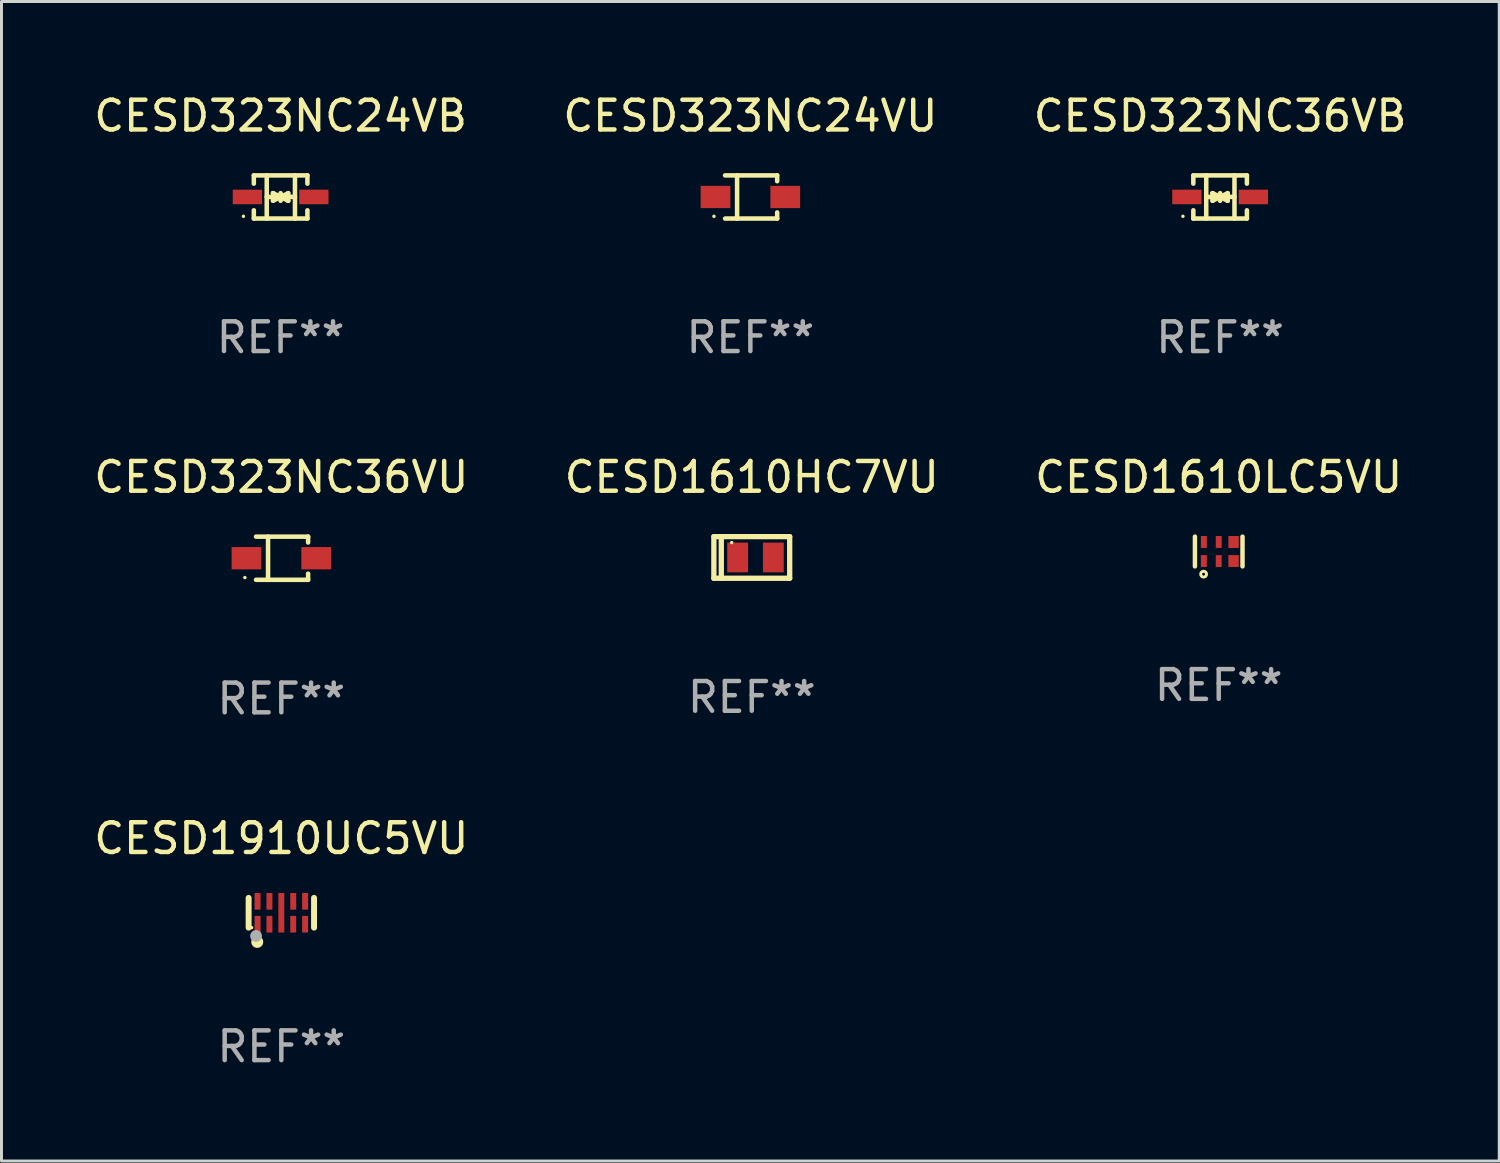
<source format=kicad_pcb>
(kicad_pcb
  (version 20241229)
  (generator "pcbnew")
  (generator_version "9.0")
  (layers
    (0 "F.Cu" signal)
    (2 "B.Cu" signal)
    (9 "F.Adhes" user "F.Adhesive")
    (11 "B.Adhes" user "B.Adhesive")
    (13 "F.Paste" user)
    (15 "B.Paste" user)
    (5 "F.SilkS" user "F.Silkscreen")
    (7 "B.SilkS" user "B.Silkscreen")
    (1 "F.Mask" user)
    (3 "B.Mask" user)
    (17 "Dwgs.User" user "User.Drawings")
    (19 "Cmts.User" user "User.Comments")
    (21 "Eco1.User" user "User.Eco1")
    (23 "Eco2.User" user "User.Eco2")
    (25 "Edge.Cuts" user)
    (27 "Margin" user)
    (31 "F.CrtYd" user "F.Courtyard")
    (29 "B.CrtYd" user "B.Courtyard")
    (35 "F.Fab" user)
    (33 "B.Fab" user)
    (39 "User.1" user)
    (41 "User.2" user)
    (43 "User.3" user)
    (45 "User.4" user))
  (footprint "CESD323NC24VB"
    (layer "F.Cu")
    (at 6.387 3.574)
    (property "Reference" "CESD323NC24VB" (at 0 -2.726 0) (layer "F.SilkS") (effects (font (size 1 1) (thickness 0.15))))
    (attr through_hole)
    (fp_line (start -0.901 -0.726) (end -0.901 -0.448) (stroke (width 0.152) (type solid)) (layer "F.SilkS"))
    (fp_line (start -0.901 0.726) (end -0.901 0.448) (stroke (width 0.152) (type solid)) (layer "F.SilkS"))
    (fp_line (start -0.467 0) (end 0.483 -0.003) (stroke (width 0.154) (type solid)) (layer "F.SilkS"))
    (fp_line (start -0.467 0.726) (end -0.467 -0.726) (stroke (width 0.152) (type solid)) (layer "F.SilkS"))
    (fp_line (start -0.254 -0.127) (end -0.254 -0.127) (stroke (width 0.154) (type solid)) (layer "F.SilkS"))
    (fp_line (start -0.254 -0.127) (end -0.002 -0.003) (stroke (width 0.154) (type solid)) (layer "F.SilkS"))
    (fp_line (start -0.254 0.127) (end -0.254 -0.127) (stroke (width 0.154) (type solid)) (layer "F.SilkS"))
    (fp_line (start -0.127 0) (end 0.003 0) (stroke (width 0.154) (type solid)) (layer "F.SilkS"))
    (fp_line (start -0.003 0) (end -0.254 0.127) (stroke (width 0.154) (type solid)) (layer "F.SilkS"))
    (fp_line (start 0 -0.127) (end 0 0.127) (stroke (width 0.154) (type solid)) (layer "F.SilkS"))
    (fp_line (start 0.003 0) (end 0.254 -0.127) (stroke (width 0.154) (type solid)) (layer "F.SilkS"))
    (fp_line (start 0.127 0) (end -0.003 0) (stroke (width 0.154) (type solid)) (layer "F.SilkS"))
    (fp_line (start 0.254 -0.127) (end 0.254 0.127) (stroke (width 0.154) (type solid)) (layer "F.SilkS"))
    (fp_line (start 0.254 0.127) (end 0.002 0.003) (stroke (width 0.154) (type solid)) (layer "F.SilkS"))
    (fp_line (start 0.254 0.127) (end 0.254 0.127) (stroke (width 0.154) (type solid)) (layer "F.SilkS"))
    (fp_line (start 0.483 0.726) (end 0.483 -0.726) (stroke (width 0.152) (type solid)) (layer "F.SilkS"))
    (fp_line (start 0.901 -0.726) (end -0.901 -0.726) (stroke (width 0.152) (type solid)) (layer "F.SilkS"))
    (fp_line (start 0.901 -0.726) (end 0.901 -0.448) (stroke (width 0.152) (type solid)) (layer "F.SilkS"))
    (fp_line (start 0.901 0.726) (end -0.901 0.726) (stroke (width 0.152) (type solid)) (layer "F.SilkS"))
    (fp_line (start 0.901 0.726) (end 0.901 0.448) (stroke (width 0.152) (type solid)) (layer "F.SilkS"))
    (fp_circle (center -1.25 0.65) (end -1.22 0.65) (stroke (width 0.06) (type solid)) (fill no) (layer "F.SilkS"))
    (fp_text user "REF**" (at 0 4.726 0) (layer "F.Fab") (effects (font (size 1 1) (thickness 0.15))))
    (pad "1" smd rect (at -1.118 0) (size 0.985 0.49) (layers "F.Cu" "F.Mask" "F.Paste"))
    (pad "2" smd rect (at 1.118 0) (size 0.985 0.49) (layers "F.Cu" "F.Mask" "F.Paste")))
  (footprint "CESD323NC36VB"
    (layer "F.Cu")
    (at 37.982 3.574)
    (property "Reference" "CESD323NC36VB" (at 0 -2.726 0) (layer "F.SilkS") (effects (font (size 1 1) (thickness 0.15))))
    (attr through_hole)
    (fp_line (start -0.901 -0.726) (end -0.901 -0.448) (stroke (width 0.152) (type solid)) (layer "F.SilkS"))
    (fp_line (start -0.901 0.726) (end -0.901 0.448) (stroke (width 0.152) (type solid)) (layer "F.SilkS"))
    (fp_line (start -0.467 0) (end 0.483 -0.003) (stroke (width 0.154) (type solid)) (layer "F.SilkS"))
    (fp_line (start -0.467 0.726) (end -0.467 -0.726) (stroke (width 0.152) (type solid)) (layer "F.SilkS"))
    (fp_line (start -0.254 -0.127) (end -0.254 -0.127) (stroke (width 0.154) (type solid)) (layer "F.SilkS"))
    (fp_line (start -0.254 -0.127) (end -0.002 -0.003) (stroke (width 0.154) (type solid)) (layer "F.SilkS"))
    (fp_line (start -0.254 0.127) (end -0.254 -0.127) (stroke (width 0.154) (type solid)) (layer "F.SilkS"))
    (fp_line (start -0.127 0) (end 0.003 0) (stroke (width 0.154) (type solid)) (layer "F.SilkS"))
    (fp_line (start -0.003 0) (end -0.254 0.127) (stroke (width 0.154) (type solid)) (layer "F.SilkS"))
    (fp_line (start 0 -0.127) (end 0 0.127) (stroke (width 0.154) (type solid)) (layer "F.SilkS"))
    (fp_line (start 0.003 0) (end 0.254 -0.127) (stroke (width 0.154) (type solid)) (layer "F.SilkS"))
    (fp_line (start 0.127 0) (end -0.003 0) (stroke (width 0.154) (type solid)) (layer "F.SilkS"))
    (fp_line (start 0.254 -0.127) (end 0.254 0.127) (stroke (width 0.154) (type solid)) (layer "F.SilkS"))
    (fp_line (start 0.254 0.127) (end 0.002 0.003) (stroke (width 0.154) (type solid)) (layer "F.SilkS"))
    (fp_line (start 0.254 0.127) (end 0.254 0.127) (stroke (width 0.154) (type solid)) (layer "F.SilkS"))
    (fp_line (start 0.483 0.726) (end 0.483 -0.726) (stroke (width 0.152) (type solid)) (layer "F.SilkS"))
    (fp_line (start 0.901 -0.726) (end -0.901 -0.726) (stroke (width 0.152) (type solid)) (layer "F.SilkS"))
    (fp_line (start 0.901 -0.726) (end 0.901 -0.448) (stroke (width 0.152) (type solid)) (layer "F.SilkS"))
    (fp_line (start 0.901 0.726) (end -0.901 0.726) (stroke (width 0.152) (type solid)) (layer "F.SilkS"))
    (fp_line (start 0.901 0.726) (end 0.901 0.448) (stroke (width 0.152) (type solid)) (layer "F.SilkS"))
    (fp_circle (center -1.25 0.65) (end -1.22 0.65) (stroke (width 0.06) (type solid)) (fill no) (layer "F.SilkS"))
    (fp_text user "REF**" (at 0 4.726 0) (layer "F.Fab") (effects (font (size 1 1) (thickness 0.15))))
    (pad "1" smd rect (at -1.118 0) (size 0.985 0.49) (layers "F.Cu" "F.Mask" "F.Paste"))
    (pad "2" smd rect (at 1.118 0) (size 0.985 0.49) (layers "F.Cu" "F.Mask" "F.Paste")))
  (footprint "CESD1610LC5VU"
    (layer "F.Cu")
    (at 37.935 15.497)
    (property "Reference" "CESD1610LC5VU" (at 0 -2.5 0) (layer "F.SilkS") (effects (font (size 1 1) (thickness 0.15))))
    (attr through_hole)
    (fp_line (start -0.8 -0.5) (end -0.8 0.5) (stroke (width 0.15) (type solid)) (layer "F.SilkS"))
    (fp_line (start 0.8 -0.5) (end 0.8 0.5) (stroke (width 0.15) (type solid)) (layer "F.SilkS"))
    (fp_circle (center -0.508 0.762) (end -0.46 0.762) (stroke (width 0.1) (type solid)) (fill no) (layer "F.SilkS"))
    (fp_text user "REF**" (at 0 4.5 0) (layer "F.Fab") (effects (font (size 1 1) (thickness 0.15))))
    (pad "1" smd rect (at -0.5 0.32) (size 0.2 0.4) (layers "F.Cu" "F.Mask" "F.Paste"))
    (pad "2" smd rect (at 0.000127 0.32) (size 0.2 0.4) (layers "F.Cu" "F.Mask" "F.Paste"))
    (pad "3" smd rect (at 0.5 0.32) (size 0.35 0.4) (layers "F.Cu" "F.Mask" "F.Paste"))
    (pad "4" smd rect (at 0.5 -0.32) (size 0.35 0.4) (layers "F.Cu" "F.Mask" "F.Paste"))
    (pad "5" smd rect (at 0.000127 -0.32) (size 0.2 0.4) (layers "F.Cu" "F.Mask" "F.Paste"))
    (pad "6" smd rect (at -0.5 -0.32) (size 0.2 0.4) (layers "F.Cu" "F.Mask" "F.Paste")))
  (footprint "CESD1610HC7VU"
    (layer "F.Cu")
    (at 22.232 15.697)
    (property "Reference" "CESD1610HC7VU" (at 0 -2.7 0) (layer "F.SilkS") (effects (font (size 1 1) (thickness 0.15))))
    (attr through_hole)
    (fp_line (start -1.275 -0.7) (end -1.275 0.7) (stroke (width 0.178) (type solid)) (layer "F.SilkS"))
    (fp_line (start -1.275 -0.7) (end 1.275 -0.7) (stroke (width 0.178) (type solid)) (layer "F.SilkS"))
    (fp_line (start -1.275 0.7) (end 1.275 0.7) (stroke (width 0.178) (type solid)) (layer "F.SilkS"))
    (fp_line (start -1.025 -0.7) (end -1.025 0.7) (stroke (width 0.178) (type solid)) (layer "F.SilkS"))
    (fp_line (start 1.275 -0.7) (end 1.275 0.7) (stroke (width 0.178) (type solid)) (layer "F.SilkS"))
    (fp_circle (center -0.675 -0.5) (end -0.645 -0.5) (stroke (width 0.06) (type solid)) (fill no) (layer "F.SilkS"))
    (fp_text user "REF**" (at 0 4.7 0) (layer "F.Fab") (effects (font (size 1 1) (thickness 0.15))))
    (pad "1" smd rect (at -0.475 0 90) (size 1 0.7) (layers "F.Cu" "F.Mask" "F.Paste"))
    (pad "2" smd rect (at 0.725 0 90) (size 1 0.7) (layers "F.Cu" "F.Mask" "F.Paste")))
  (footprint "CESD1910UC5VU"
    (layer "F.Cu")
    (at 6.411 27.646)
    (property "Reference" "CESD1910UC5VU" (at 0 -2.5 0) (layer "F.SilkS") (effects (font (size 1 1) (thickness 0.15))))
    (attr through_hole)
    (fp_line (start -1.1 -0.5) (end -1.1 0.5) (stroke (width 0.2) (type solid)) (layer "F.SilkS"))
    (fp_line (start 1.1 -0.5) (end 1.1 0.5) (stroke (width 0.2) (type solid)) (layer "F.SilkS"))
    (fp_circle (center -1 0.5) (end -0.97 0.5) (stroke (width 0.06) (type solid)) (fill no) (layer "F.SilkS"))
    (fp_circle (center -0.81 0.98) (end -0.707 0.98) (stroke (width 0.2) (type solid)) (fill no) (layer "F.SilkS"))
    (fp_circle (center -0.85 0.78) (end -0.75 0.78) (stroke (width 0.2) (type solid)) (fill no) (layer "F.Fab"))
    (fp_text user "REF**" (at 0 4.5 0) (layer "F.Fab") (effects (font (size 1 1) (thickness 0.15))))
    (pad "1" smd rect (at -0.8 0.385) (size 0.2 0.56) (layers "F.Cu" "F.Mask" "F.Paste"))
    (pad "2" smd rect (at -0.4 0.385) (size 0.2 0.56) (layers "F.Cu" "F.Mask" "F.Paste"))
    (pad "3" smd rect (at 0.4 0.385) (size 0.2 0.56) (layers "F.Cu" "F.Mask" "F.Paste"))
    (pad "4" smd rect (at 0.8 0.385) (size 0.2 0.56) (layers "F.Cu" "F.Mask" "F.Paste"))
    (pad "5" smd rect (at 0.8 -0.385) (size 0.2 0.56) (layers "F.Cu" "F.Mask" "F.Paste"))
    (pad "6" smd rect (at 0.4 -0.385) (size 0.2 0.56) (layers "F.Cu" "F.Mask" "F.Paste"))
    (pad "7" smd rect (at -0.4 -0.385) (size 0.2 0.56) (layers "F.Cu" "F.Mask" "F.Paste"))
    (pad "8" smd rect (at -0.8 -0.385) (size 0.2 0.56) (layers "F.Cu" "F.Mask" "F.Paste"))
    (pad "9" smd rect (at 0 0) (size 0.2 1.33) (layers "F.Cu" "F.Mask" "F.Paste")))
  (footprint "CESD323NC36VU"
    (layer "F.Cu")
    (at 6.411 15.723)
    (property "Reference" "CESD323NC36VU" (at 0 -2.726 0) (layer "F.SilkS") (effects (font (size 1 1) (thickness 0.15))))
    (attr through_hole)
    (fp_line (start -0.851 -0.726) (end 0.901 -0.726) (stroke (width 0.152) (type solid)) (layer "F.SilkS"))
    (fp_line (start -0.851 0.726) (end 0.901 0.726) (stroke (width 0.152) (type solid)) (layer "F.SilkS"))
    (fp_line (start -0.447 -0.726) (end -0.447 0.726) (stroke (width 0.152) (type solid)) (layer "F.SilkS"))
    (fp_line (start 0.901 -0.726) (end 0.901 -0.53) (stroke (width 0.152) (type solid)) (layer "F.SilkS"))
    (fp_line (start 0.901 0.726) (end 0.901 0.52) (stroke (width 0.152) (type solid)) (layer "F.SilkS"))
    (fp_circle (center -1.225 0.65) (end -1.195 0.65) (stroke (width 0.06) (type solid)) (fill no) (layer "F.SilkS"))
    (fp_text user "REF**" (at 0 4.726 0) (layer "F.Fab") (effects (font (size 1 1) (thickness 0.15))))
    (pad "1" smd rect (at -1.173 0) (size 1 0.75) (layers "F.Cu" "F.Mask" "F.Paste"))
    (pad "2" smd rect (at 1.173 0) (size 1 0.75) (layers "F.Cu" "F.Mask" "F.Paste")))
  (footprint "CESD323NC24VU"
    (layer "F.Cu")
    (at 22.185 3.574)
    (property "Reference" "CESD323NC24VU" (at 0 -2.726 0) (layer "F.SilkS") (effects (font (size 1 1) (thickness 0.15))))
    (attr through_hole)
    (fp_line (start -0.851 -0.726) (end 0.901 -0.726) (stroke (width 0.152) (type solid)) (layer "F.SilkS"))
    (fp_line (start -0.851 0.726) (end 0.901 0.726) (stroke (width 0.152) (type solid)) (layer "F.SilkS"))
    (fp_line (start -0.447 -0.726) (end -0.447 0.726) (stroke (width 0.152) (type solid)) (layer "F.SilkS"))
    (fp_line (start 0.901 -0.726) (end 0.901 -0.53) (stroke (width 0.152) (type solid)) (layer "F.SilkS"))
    (fp_line (start 0.901 0.726) (end 0.901 0.52) (stroke (width 0.152) (type solid)) (layer "F.SilkS"))
    (fp_circle (center -1.225 0.65) (end -1.195 0.65) (stroke (width 0.06) (type solid)) (fill no) (layer "F.SilkS"))
    (fp_text user "REF**" (at 0 4.726 0) (layer "F.Fab") (effects (font (size 1 1) (thickness 0.15))))
    (pad "1" smd rect (at -1.173 0) (size 1 0.75) (layers "F.Cu" "F.Mask" "F.Paste"))
    (pad "2" smd rect (at 1.173 0) (size 1 0.75) (layers "F.Cu" "F.Mask" "F.Paste")))
  (gr_rect
    (start -3 -3)
    (end 47.369 35.994)
    (stroke (width 0.1) (type default))
    (fill no)
    (layer "Edge.Cuts")))
</source>
